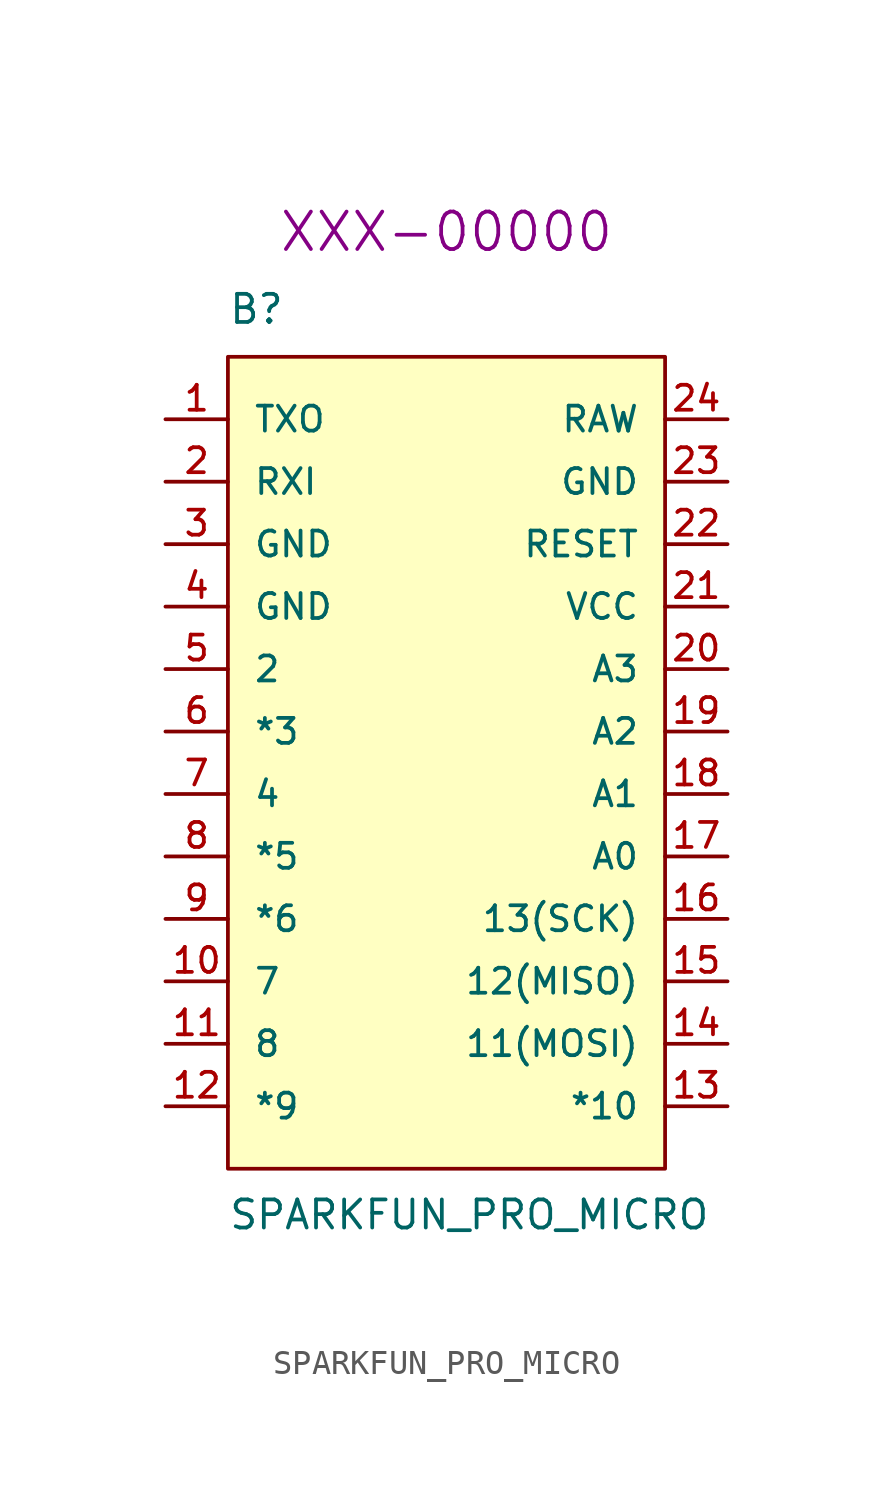
<source format=kicad_sym>
(kicad_symbol_lib
  (version 20211014)
  (generator kicad_symbol_editor)
  (symbol "SPARKFUN_PRO_MICRO"
    (pin_names
      (offset 1.016))
    (property "Reference" "B"
      (at -8.89 17.78 0)
      (effects (font (size 1.143 1.143)) (justify left bottom)))
    (property "Value" "SPARKFUN_PRO_MICRO"
      (at -8.89 -19.05 0)
      (effects (font (size 1.143 1.143)) (justify left bottom)))
    (property "Field4" "XXX-00000"
      (at 0 21.59 0)
      (effects (font (size 1.524 1.524))))
    (property "ki_locked" ""
      (at 0 0 0)
      (effects (font (size 1.27 1.27))))
    (symbol "SPARKFUN_PRO_MICRO_1_1"
      (polyline (pts (xy -8.89 16.51) (xy -8.89 -16.51) (xy 8.89 -16.51) (xy 8.89 16.51) (xy -8.89 16.51)) (stroke (width 0) (type default) (color 0 0 0 0)) (fill (type background)))
      (pin bidirectional line (at -11.43 13.97 0) (length 2.54) (name "TXO" (effects (font (size 1.016 1.016)))) (number "1" (effects (font (size 1.016 1.016)))))
      (pin bidirectional line (at -11.43 -8.89 0) (length 2.54) (name "7" (effects (font (size 1.016 1.016)))) (number "10" (effects (font (size 1.016 1.016)))))
      (pin bidirectional line (at -11.43 -11.43 0) (length 2.54) (name "8" (effects (font (size 1.016 1.016)))) (number "11" (effects (font (size 1.016 1.016)))))
      (pin bidirectional line (at -11.43 -13.97 0) (length 2.54) (name "*9" (effects (font (size 1.016 1.016)))) (number "12" (effects (font (size 1.016 1.016)))))
      (pin bidirectional line (at 11.43 -13.97 180) (length 2.54) (name "*10" (effects (font (size 1.016 1.016)))) (number "13" (effects (font (size 1.016 1.016)))))
      (pin bidirectional line (at 11.43 -11.43 180) (length 2.54) (name "11(MOSI)" (effects (font (size 1.016 1.016)))) (number "14" (effects (font (size 1.016 1.016)))))
      (pin bidirectional line (at 11.43 -8.89 180) (length 2.54) (name "12(MISO)" (effects (font (size 1.016 1.016)))) (number "15" (effects (font (size 1.016 1.016)))))
      (pin bidirectional line (at 11.43 -6.35 180) (length 2.54) (name "13(SCK)" (effects (font (size 1.016 1.016)))) (number "16" (effects (font (size 1.016 1.016)))))
      (pin bidirectional line (at 11.43 -3.81 180) (length 2.54) (name "A0" (effects (font (size 1.016 1.016)))) (number "17" (effects (font (size 1.016 1.016)))))
      (pin bidirectional line (at 11.43 -1.27 180) (length 2.54) (name "A1" (effects (font (size 1.016 1.016)))) (number "18" (effects (font (size 1.016 1.016)))))
      (pin bidirectional line (at 11.43 1.27 180) (length 2.54) (name "A2" (effects (font (size 1.016 1.016)))) (number "19" (effects (font (size 1.016 1.016)))))
      (pin bidirectional line (at -11.43 11.43 0) (length 2.54) (name "RXI" (effects (font (size 1.016 1.016)))) (number "2" (effects (font (size 1.016 1.016)))))
      (pin bidirectional line (at 11.43 3.81 180) (length 2.54) (name "A3" (effects (font (size 1.016 1.016)))) (number "20" (effects (font (size 1.016 1.016)))))
      (pin power_in line (at 11.43 6.35 180) (length 2.54) (name "VCC" (effects (font (size 1.016 1.016)))) (number "21" (effects (font (size 1.016 1.016)))))
      (pin bidirectional line (at 11.43 8.89 180) (length 2.54) (name "RESET" (effects (font (size 1.016 1.016)))) (number "22" (effects (font (size 1.016 1.016)))))
      (pin power_in line (at 11.43 11.43 180) (length 2.54) (name "GND" (effects (font (size 1.016 1.016)))) (number "23" (effects (font (size 1.016 1.016)))))
      (pin power_in line (at 11.43 13.97 180) (length 2.54) (name "RAW" (effects (font (size 1.016 1.016)))) (number "24" (effects (font (size 1.016 1.016)))))
      (pin power_in line (at -11.43 8.89 0) (length 2.54) (name "GND" (effects (font (size 1.016 1.016)))) (number "3" (effects (font (size 1.016 1.016)))))
      (pin power_in line (at -11.43 6.35 0) (length 2.54) (name "GND" (effects (font (size 1.016 1.016)))) (number "4" (effects (font (size 1.016 1.016)))))
      (pin bidirectional line (at -11.43 3.81 0) (length 2.54) (name "2" (effects (font (size 1.016 1.016)))) (number "5" (effects (font (size 1.016 1.016)))))
      (pin bidirectional line (at -11.43 1.27 0) (length 2.54) (name "*3" (effects (font (size 1.016 1.016)))) (number "6" (effects (font (size 1.016 1.016)))))
      (pin bidirectional line (at -11.43 -1.27 0) (length 2.54) (name "4" (effects (font (size 1.016 1.016)))) (number "7" (effects (font (size 1.016 1.016)))))
      (pin bidirectional line (at -11.43 -3.81 0) (length 2.54) (name "*5" (effects (font (size 1.016 1.016)))) (number "8" (effects (font (size 1.016 1.016)))))
      (pin bidirectional line (at -11.43 -6.35 0) (length 2.54) (name "*6" (effects (font (size 1.016 1.016)))) (number "9" (effects (font (size 1.016 1.016))))))))
</source>
